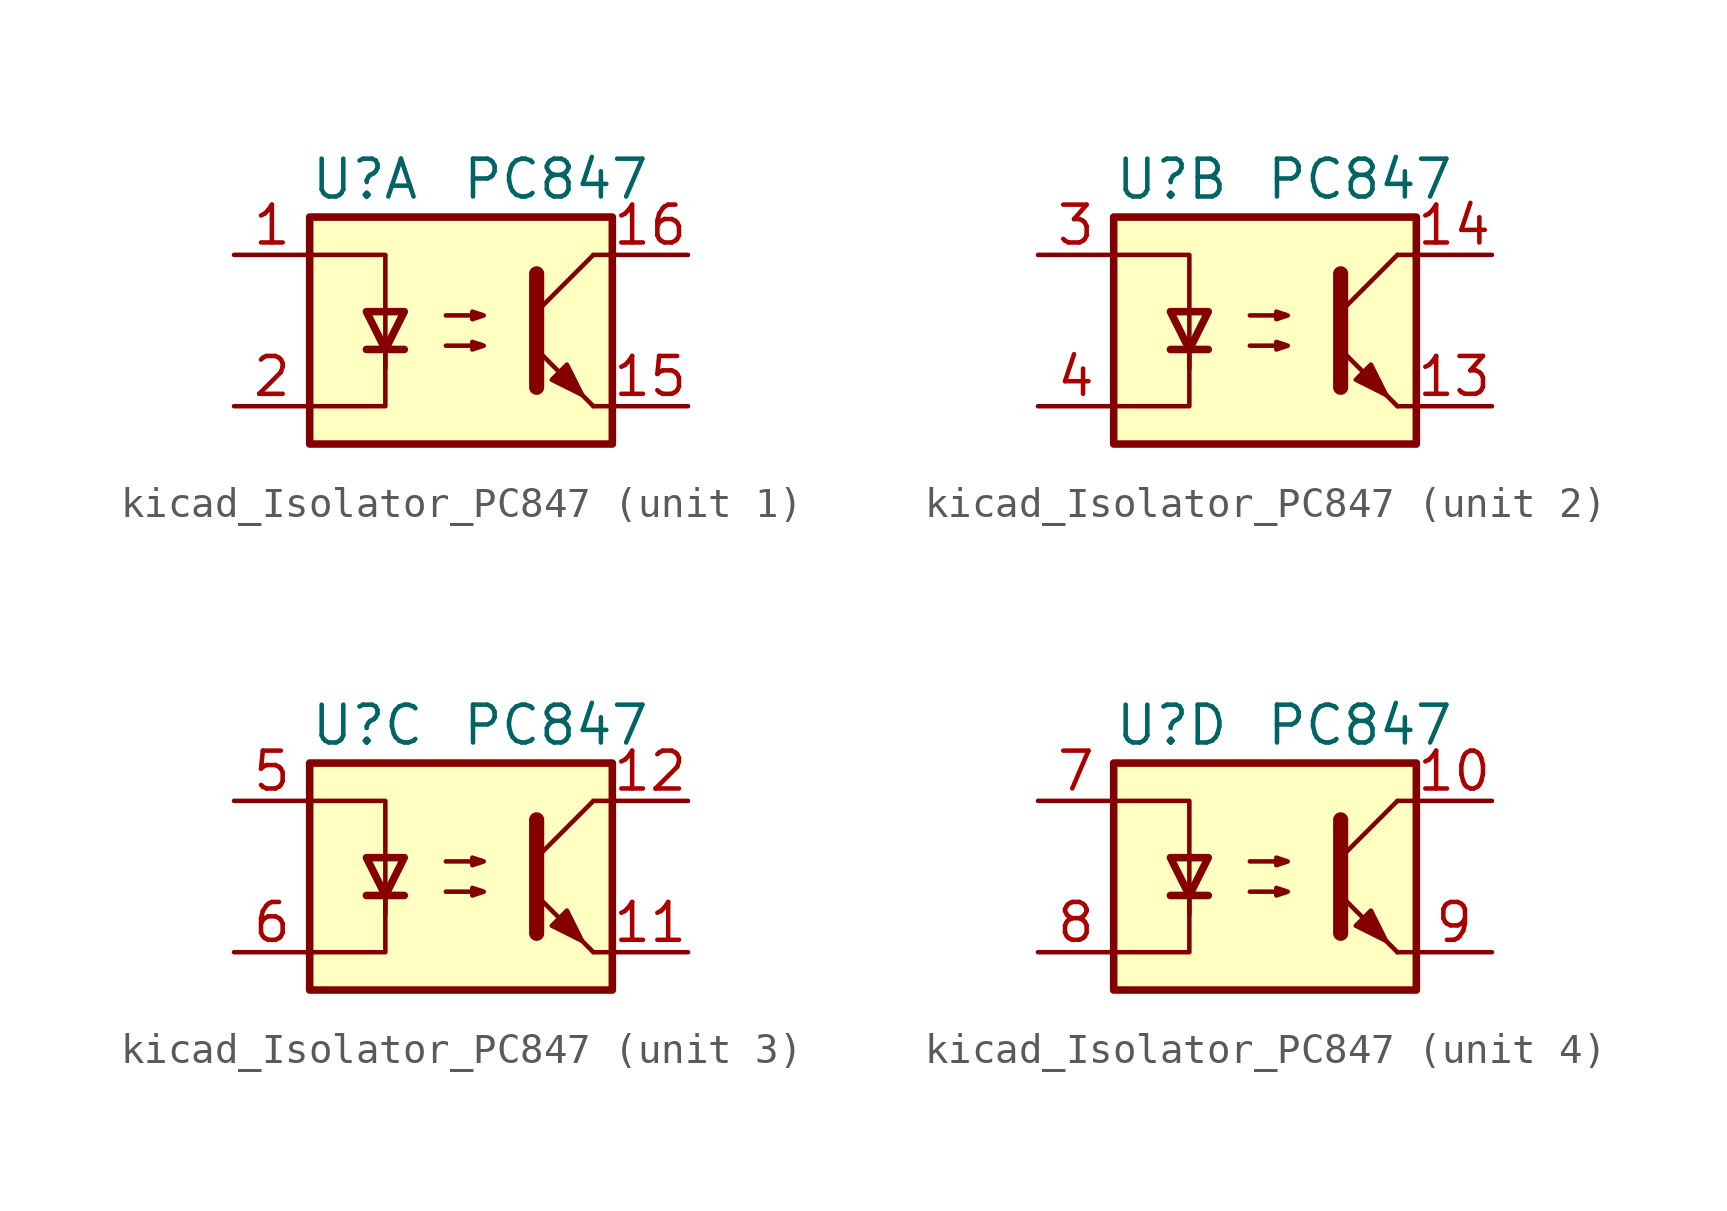
<source format=kicad_sym>
(kicad_symbol_lib
  (version 20220914)
  (generator kicad_symbol_editor)
  (symbol "kicad_Isolator_PC847"
    (pin_names
      (offset 1.016))
    (property "Reference" "U"
      (at -5.08 5.08 0)
      (effects (font (size 1.27 1.27)) (justify left)))
    (property "Value" "PC847"
      (at 0 5.08 0)
      (effects (font (size 1.27 1.27)) (justify left)))
    (symbol "kicad_Isolator_PC847_0_1"
      (rectangle (start -5.08 3.81) (end 5.08 -3.81) (stroke (width 0.254) (type default)) (fill (type background)))
      (polyline (pts (xy -3.175 -0.635) (xy -1.905 -0.635)) (stroke (width 0.254) (type default)) (fill (type none)))
      (polyline (pts (xy 2.54 0.635) (xy 4.445 2.54)) (stroke (width 0) (type default)) (fill (type none)))
      (polyline (pts (xy 4.445 -2.54) (xy 2.54 -0.635)) (stroke (width 0) (type default)) (fill (type outline)))
      (polyline (pts (xy 4.445 -2.54) (xy 5.08 -2.54)) (stroke (width 0) (type default)) (fill (type none)))
      (polyline (pts (xy 4.445 2.54) (xy 5.08 2.54)) (stroke (width 0) (type default)) (fill (type none)))
      (polyline (pts (xy -2.54 -0.635) (xy -2.54 -2.54) (xy -5.08 -2.54)) (stroke (width 0) (type default)) (fill (type none)))
      (polyline (pts (xy 2.54 1.905) (xy 2.54 -1.905) (xy 2.54 -1.905)) (stroke (width 0.508) (type default)) (fill (type none)))
      (polyline (pts (xy -5.08 2.54) (xy -2.54 2.54) (xy -2.54 -1.27) (xy -2.54 0.635)) (stroke (width 0) (type default)) (fill (type none)))
      (polyline (pts (xy -2.54 -0.635) (xy -3.175 0.635) (xy -1.905 0.635) (xy -2.54 -0.635)) (stroke (width 0.254) (type default)) (fill (type none)))
      (polyline (pts (xy -0.508 -0.508) (xy 0.762 -0.508) (xy 0.381 -0.635) (xy 0.381 -0.381) (xy 0.762 -0.508)) (stroke (width 0) (type default)) (fill (type none)))
      (polyline (pts (xy -0.508 0.508) (xy 0.762 0.508) (xy 0.381 0.381) (xy 0.381 0.635) (xy 0.762 0.508)) (stroke (width 0) (type default)) (fill (type none)))
      (polyline (pts (xy 3.048 -1.651) (xy 3.556 -1.143) (xy 4.064 -2.159) (xy 3.048 -1.651) (xy 3.048 -1.651)) (stroke (width 0) (type default)) (fill (type outline))))
    (symbol "kicad_Isolator_PC847_1_1"
      (pin passive line (at -7.62 2.54 0) (length 2.54) (name "~" (effects (font (size 1.27 1.27)))) (number "1" (effects (font (size 1.27 1.27)))))
      (pin passive line (at 7.62 -2.54 180) (length 2.54) (name "~" (effects (font (size 1.27 1.27)))) (number "15" (effects (font (size 1.27 1.27)))))
      (pin passive line (at 7.62 2.54 180) (length 2.54) (name "~" (effects (font (size 1.27 1.27)))) (number "16" (effects (font (size 1.27 1.27)))))
      (pin passive line (at -7.62 -2.54 0) (length 2.54) (name "~" (effects (font (size 1.27 1.27)))) (number "2" (effects (font (size 1.27 1.27))))))
    (symbol "kicad_Isolator_PC847_2_1"
      (pin passive line (at 7.62 -2.54 180) (length 2.54) (name "~" (effects (font (size 1.27 1.27)))) (number "13" (effects (font (size 1.27 1.27)))))
      (pin passive line (at 7.62 2.54 180) (length 2.54) (name "~" (effects (font (size 1.27 1.27)))) (number "14" (effects (font (size 1.27 1.27)))))
      (pin passive line (at -7.62 2.54 0) (length 2.54) (name "~" (effects (font (size 1.27 1.27)))) (number "3" (effects (font (size 1.27 1.27)))))
      (pin passive line (at -7.62 -2.54 0) (length 2.54) (name "~" (effects (font (size 1.27 1.27)))) (number "4" (effects (font (size 1.27 1.27))))))
    (symbol "kicad_Isolator_PC847_3_1"
      (pin passive line (at 7.62 -2.54 180) (length 2.54) (name "~" (effects (font (size 1.27 1.27)))) (number "11" (effects (font (size 1.27 1.27)))))
      (pin passive line (at 7.62 2.54 180) (length 2.54) (name "~" (effects (font (size 1.27 1.27)))) (number "12" (effects (font (size 1.27 1.27)))))
      (pin passive line (at -7.62 2.54 0) (length 2.54) (name "~" (effects (font (size 1.27 1.27)))) (number "5" (effects (font (size 1.27 1.27)))))
      (pin passive line (at -7.62 -2.54 0) (length 2.54) (name "~" (effects (font (size 1.27 1.27)))) (number "6" (effects (font (size 1.27 1.27))))))
    (symbol "kicad_Isolator_PC847_4_1"
      (pin passive line (at 7.62 2.54 180) (length 2.54) (name "~" (effects (font (size 1.27 1.27)))) (number "10" (effects (font (size 1.27 1.27)))))
      (pin passive line (at -7.62 2.54 0) (length 2.54) (name "~" (effects (font (size 1.27 1.27)))) (number "7" (effects (font (size 1.27 1.27)))))
      (pin passive line (at -7.62 -2.54 0) (length 2.54) (name "~" (effects (font (size 1.27 1.27)))) (number "8" (effects (font (size 1.27 1.27)))))
      (pin passive line (at 7.62 -2.54 180) (length 2.54) (name "~" (effects (font (size 1.27 1.27)))) (number "9" (effects (font (size 1.27 1.27))))))))
</source>
